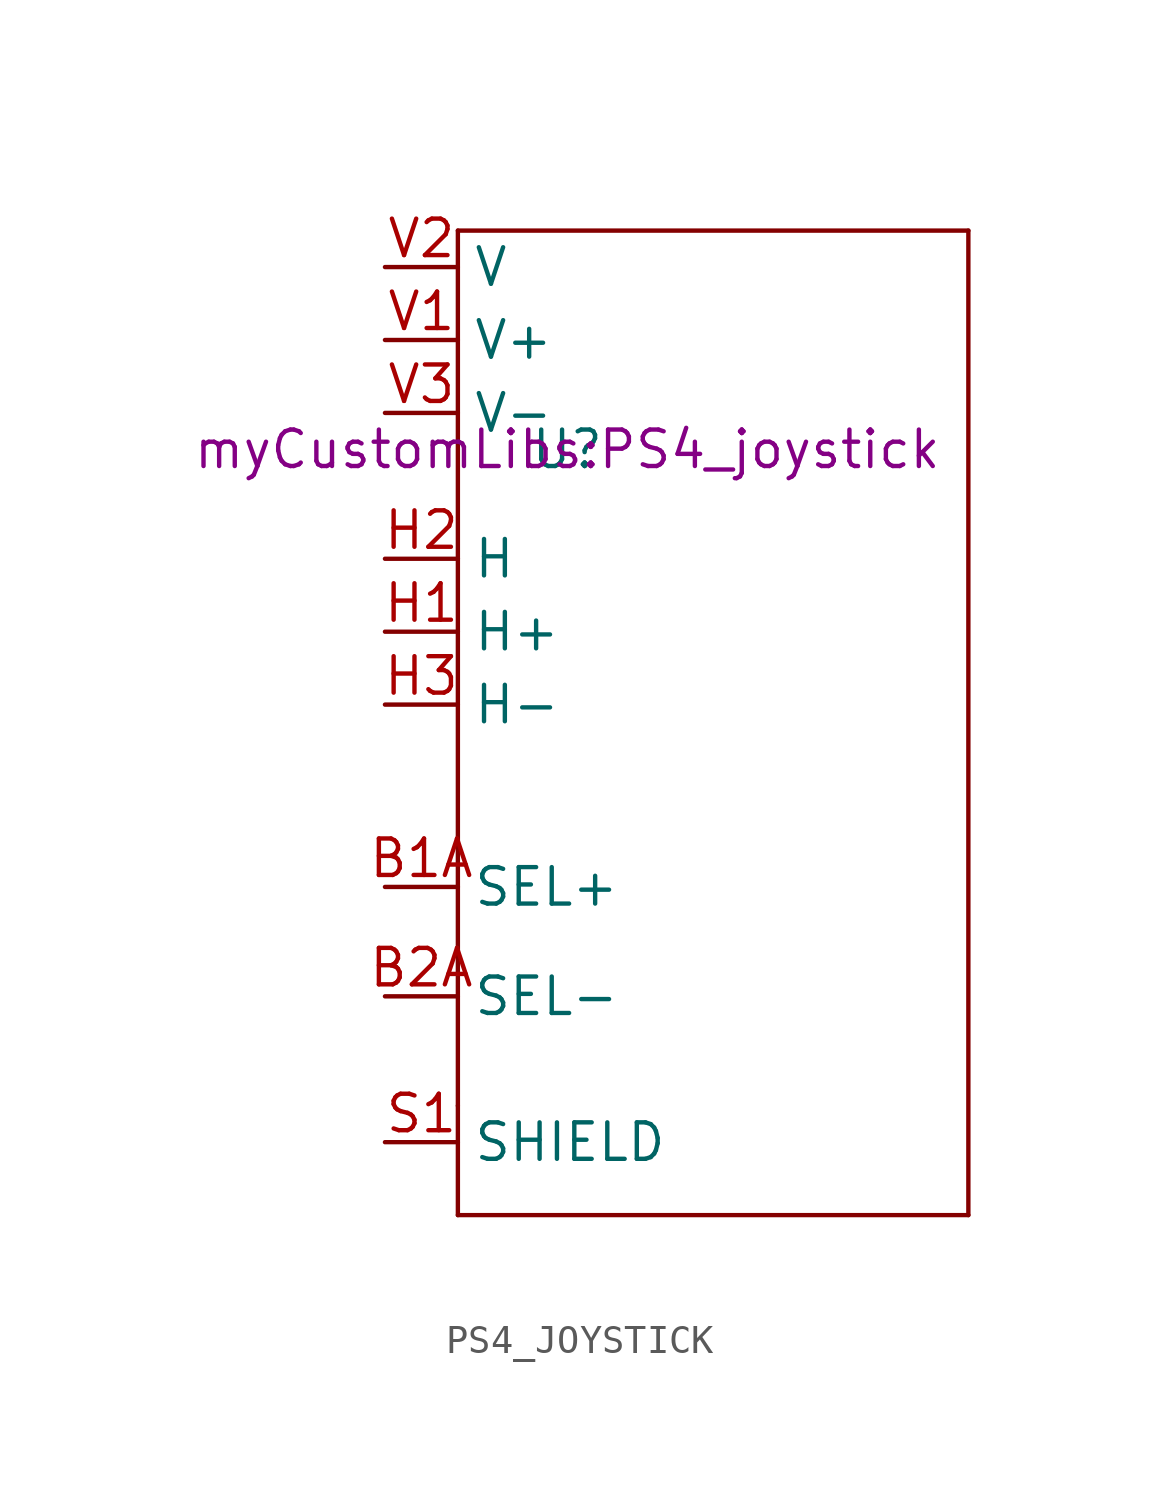
<source format=kicad_sym>
(kicad_symbol_lib
  (version 20231120)
  (generator "kicad_symbol_editor")
  (generator_version "8.0")
  (symbol "PS4_JOYSTICK"
    (property "Reference" "U"
      (at -5.08 8.89 0)
      (effects (font (size 1.27 1.27))))
    (property "Value" ""
      (at -5.08 8.89 0)
      (effects (font (size 1.27 1.27))))
    (property "Footprint" "myCustomLibs:PS4_joystick"
      (at -5.08 8.89 0)
      (effects (font (size 1.27 1.27))))
    (symbol "PS4_JOYSTICK_0_1"
      (rectangle (start -8.89 -17.78) (end 8.89 -17.78) (stroke (width 0) (type default)) (fill (type none)))
      (rectangle (start -8.89 -13.97) (end -8.89 -17.78) (stroke (width 0) (type default)) (fill (type none)))
      (rectangle (start -8.89 -6.35) (end -8.89 -13.97) (stroke (width 0) (type default)) (fill (type none)))
      (rectangle (start -8.89 5.08) (end -8.89 -6.35) (stroke (width 0) (type default)) (fill (type none)))
      (rectangle (start -8.89 5.08) (end -8.89 16.51) (stroke (width 0) (type default)) (fill (type none)))
      (rectangle (start -8.89 16.51) (end 8.89 16.51) (stroke (width 0) (type default)) (fill (type none)))
      (rectangle (start 8.89 16.51) (end 8.89 -17.78) (stroke (width 0) (type default)) (fill (type none))))
    (symbol "PS4_JOYSTICK_1_1"
      (pin input line (at -11.43 -6.35 0) (length 2.54) (name "SEL+" (effects (font (size 1.27 1.27)))) (number "B1A" (effects (font (size 1.27 1.27)))))
      (pin input line (at -11.43 -10.16 0) (length 2.54) (name "SEL-" (effects (font (size 1.27 1.27)))) (number "B2A" (effects (font (size 1.27 1.27)))))
      (pin input line (at -11.43 2.54 0) (length 2.54) (name "H+" (effects (font (size 1.27 1.27)))) (number "H1" (effects (font (size 1.27 1.27)))))
      (pin input line (at -11.43 5.08 0) (length 2.54) (name "H" (effects (font (size 1.27 1.27)))) (number "H2" (effects (font (size 1.27 1.27)))))
      (pin input line (at -11.43 0 0) (length 2.54) (name "H-" (effects (font (size 1.27 1.27)))) (number "H3" (effects (font (size 1.27 1.27)))))
      (pin input line (at -11.43 -15.24 0) (length 2.54) (name "SHIELD" (effects (font (size 1.27 1.27)))) (number "S1" (effects (font (size 1.27 1.27)))))
      (pin input line (at -11.43 12.7 0) (length 2.54) (name "V+" (effects (font (size 1.27 1.27)))) (number "V1" (effects (font (size 1.27 1.27)))))
      (pin input line (at -11.43 15.24 0) (length 2.54) (name "V" (effects (font (size 1.27 1.27)))) (number "V2" (effects (font (size 1.27 1.27)))))
      (pin input line (at -11.43 10.16 0) (length 2.54) (name "V-" (effects (font (size 1.27 1.27)))) (number "V3" (effects (font (size 1.27 1.27))))))))
</source>
